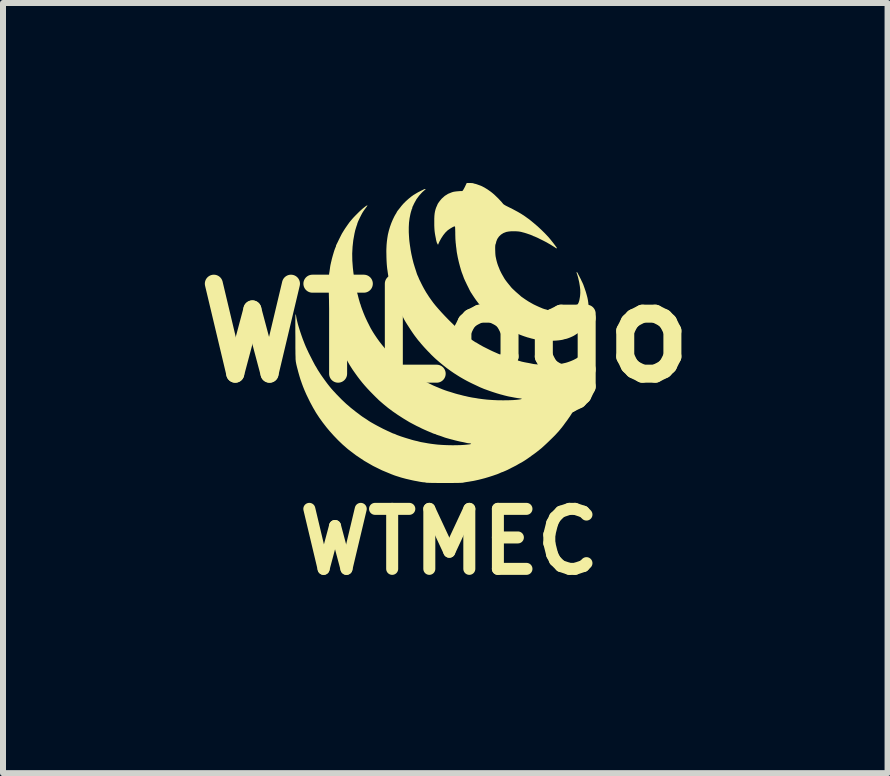
<source format=kicad_pcb>
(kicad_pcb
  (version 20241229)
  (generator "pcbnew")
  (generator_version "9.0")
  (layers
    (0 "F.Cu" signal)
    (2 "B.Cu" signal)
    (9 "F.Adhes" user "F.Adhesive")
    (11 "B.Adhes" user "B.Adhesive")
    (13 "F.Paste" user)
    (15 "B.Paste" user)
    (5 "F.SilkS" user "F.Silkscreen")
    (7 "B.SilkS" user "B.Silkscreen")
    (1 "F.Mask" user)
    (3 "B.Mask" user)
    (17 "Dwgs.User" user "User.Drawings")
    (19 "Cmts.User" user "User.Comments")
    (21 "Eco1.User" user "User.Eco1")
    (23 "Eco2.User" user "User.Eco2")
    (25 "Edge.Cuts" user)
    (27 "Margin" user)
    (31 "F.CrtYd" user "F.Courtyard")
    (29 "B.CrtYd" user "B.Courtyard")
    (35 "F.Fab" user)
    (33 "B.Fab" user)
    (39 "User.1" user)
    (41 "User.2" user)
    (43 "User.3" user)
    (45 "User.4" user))
  (footprint "WTLogo"
    (layer "F.Cu")
    (at 4.371 2.5)
    (property "Reference" "WTLogo" (at 0 0 0) (layer "F.SilkS") (effects (font (size 1.5 1.5) (thickness 0.3))))
    (attr board_only exclude_from_pos_files exclude_from_bom)
    (fp_poly (pts (xy 0.436 -2.499) (xy 0.454 -2.498) (xy 0.466 -2.496) (xy 0.469 -2.495) (xy 0.476 -2.491) (xy 0.49 -2.488) (xy 0.495 -2.487) (xy 0.511 -2.483) (xy 0.525 -2.479) (xy 0.527 -2.478) (xy 0.538 -2.474) (xy 0.554 -2.468) (xy 0.558 -2.467) (xy 0.602 -2.45) (xy 0.65 -2.426) (xy 0.701 -2.395) (xy 0.754 -2.358) (xy 0.776 -2.341) (xy 0.799 -2.322) (xy 0.827 -2.297) (xy 0.856 -2.269) (xy 0.885 -2.241) (xy 0.912 -2.212) (xy 0.936 -2.187) (xy 0.953 -2.166) (xy 0.956 -2.163) (xy 0.963 -2.154) (xy 0.972 -2.145) (xy 0.984 -2.137) (xy 1.002 -2.126) (xy 1.025 -2.114) (xy 1.057 -2.098) (xy 1.069 -2.092) (xy 1.105 -2.075) (xy 1.142 -2.055) (xy 1.179 -2.035) (xy 1.211 -2.018) (xy 1.228 -2.008) (xy 1.257 -1.991) (xy 1.278 -1.978) (xy 1.293 -1.968) (xy 1.305 -1.961) (xy 1.315 -1.954) (xy 1.325 -1.947) (xy 1.338 -1.938) (xy 1.344 -1.933) (xy 1.363 -1.92) (xy 1.379 -1.908) (xy 1.39 -1.901) (xy 1.391 -1.9) (xy 1.399 -1.894) (xy 1.414 -1.882) (xy 1.434 -1.866) (xy 1.458 -1.846) (xy 1.481 -1.827) (xy 1.542 -1.775) (xy 1.602 -1.719) (xy 1.66 -1.662) (xy 1.712 -1.607) (xy 1.723 -1.595) (xy 1.739 -1.576) (xy 1.757 -1.554) (xy 1.777 -1.529) (xy 1.798 -1.503) (xy 1.817 -1.478) (xy 1.834 -1.455) (xy 1.848 -1.436) (xy 1.858 -1.422) (xy 1.861 -1.415) (xy 1.861 -1.415) (xy 1.857 -1.411) (xy 1.848 -1.413) (xy 1.839 -1.418) (xy 1.829 -1.426) (xy 1.812 -1.437) (xy 1.789 -1.451) (xy 1.764 -1.467) (xy 1.737 -1.483) (xy 1.712 -1.497) (xy 1.692 -1.509) (xy 1.667 -1.522) (xy 1.638 -1.537) (xy 1.608 -1.552) (xy 1.577 -1.567) (xy 1.548 -1.582) (xy 1.522 -1.594) (xy 1.501 -1.603) (xy 1.487 -1.609) (xy 1.482 -1.611) (xy 1.471 -1.614) (xy 1.469 -1.616) (xy 1.459 -1.621) (xy 1.44 -1.629) (xy 1.415 -1.639) (xy 1.385 -1.649) (xy 1.353 -1.66) (xy 1.321 -1.67) (xy 1.29 -1.678) (xy 1.264 -1.685) (xy 1.26 -1.686) (xy 1.224 -1.692) (xy 1.182 -1.695) (xy 1.138 -1.696) (xy 1.094 -1.695) (xy 1.055 -1.691) (xy 1.022 -1.685) (xy 1.017 -1.684) (xy 0.97 -1.666) (xy 0.929 -1.64) (xy 0.895 -1.607) (xy 0.868 -1.568) (xy 0.851 -1.526) (xy 0.847 -1.508) (xy 0.843 -1.492) (xy 0.839 -1.481) (xy 0.838 -1.479) (xy 0.835 -1.47) (xy 0.833 -1.452) (xy 0.832 -1.427) (xy 0.832 -1.398) (xy 0.833 -1.366) (xy 0.834 -1.334) (xy 0.836 -1.305) (xy 0.839 -1.279) (xy 0.842 -1.264) (xy 0.851 -1.221) (xy 0.86 -1.186) (xy 0.869 -1.155) (xy 0.879 -1.126) (xy 0.886 -1.108) (xy 0.892 -1.094) (xy 0.9 -1.074) (xy 0.906 -1.058) (xy 0.914 -1.04) (xy 0.926 -1.015) (xy 0.941 -0.986) (xy 0.958 -0.956) (xy 0.974 -0.928) (xy 0.988 -0.904) (xy 0.989 -0.903) (xy 1.001 -0.885) (xy 1.018 -0.862) (xy 1.039 -0.835) (xy 1.061 -0.808) (xy 1.082 -0.782) (xy 1.1 -0.76) (xy 1.11 -0.749) (xy 1.127 -0.732) (xy 1.15 -0.711) (xy 1.175 -0.687) (xy 1.197 -0.668) (xy 1.219 -0.649) (xy 1.239 -0.632) (xy 1.254 -0.618) (xy 1.263 -0.61) (xy 1.264 -0.609) (xy 1.273 -0.602) (xy 1.289 -0.591) (xy 1.309 -0.577) (xy 1.332 -0.561) (xy 1.355 -0.546) (xy 1.375 -0.533) (xy 1.391 -0.523) (xy 1.397 -0.519) (xy 1.407 -0.514) (xy 1.424 -0.504) (xy 1.443 -0.493) (xy 1.447 -0.491) (xy 1.472 -0.477) (xy 1.501 -0.463) (xy 1.533 -0.448) (xy 1.566 -0.433) (xy 1.597 -0.42) (xy 1.625 -0.408) (xy 1.649 -0.4) (xy 1.665 -0.395) (xy 1.671 -0.394) (xy 1.682 -0.392) (xy 1.686 -0.39) (xy 1.694 -0.387) (xy 1.71 -0.382) (xy 1.73 -0.377) (xy 1.736 -0.376) (xy 1.761 -0.37) (xy 1.785 -0.364) (xy 1.804 -0.36) (xy 1.806 -0.359) (xy 1.823 -0.357) (xy 1.848 -0.355) (xy 1.878 -0.354) (xy 1.912 -0.353) (xy 1.947 -0.354) (xy 1.979 -0.355) (xy 2.008 -0.356) (xy 2.03 -0.359) (xy 2.042 -0.361) (xy 2.074 -0.372) (xy 2.099 -0.381) (xy 2.117 -0.389) (xy 2.132 -0.398) (xy 2.145 -0.408) (xy 2.16 -0.421) (xy 2.164 -0.425) (xy 2.189 -0.452) (xy 2.209 -0.48) (xy 2.224 -0.51) (xy 2.235 -0.546) (xy 2.243 -0.59) (xy 2.247 -0.616) (xy 2.251 -0.668) (xy 2.25 -0.722) (xy 2.243 -0.782) (xy 2.232 -0.848) (xy 2.215 -0.921) (xy 2.212 -0.933) (xy 2.205 -0.955) (xy 2.2 -0.974) (xy 2.195 -0.987) (xy 2.194 -0.989) (xy 2.19 -1.002) (xy 2.19 -1.013) (xy 2.194 -1.017) (xy 2.198 -1.012) (xy 2.206 -0.999) (xy 2.216 -0.979) (xy 2.229 -0.955) (xy 2.243 -0.927) (xy 2.258 -0.899) (xy 2.271 -0.87) (xy 2.284 -0.844) (xy 2.294 -0.822) (xy 2.301 -0.806) (xy 2.302 -0.803) (xy 2.325 -0.738) (xy 2.344 -0.682) (xy 2.358 -0.632) (xy 2.37 -0.587) (xy 2.378 -0.545) (xy 2.384 -0.504) (xy 2.388 -0.463) (xy 2.389 -0.419) (xy 2.389 -0.4) (xy 2.389 -0.345) (xy 2.385 -0.297) (xy 2.378 -0.255) (xy 2.367 -0.214) (xy 2.352 -0.173) (xy 2.341 -0.147) (xy 2.329 -0.126) (xy 2.313 -0.101) (xy 2.294 -0.076) (xy 2.274 -0.051) (xy 2.255 -0.03) (xy 2.238 -0.015) (xy 2.231 -0.01) (xy 2.219 -0.003) (xy 2.203 0.008) (xy 2.188 0.017) (xy 2.167 0.031) (xy 2.146 0.044) (xy 2.133 0.051) (xy 2.116 0.059) (xy 2.094 0.069) (xy 2.07 0.079) (xy 2.046 0.088) (xy 2.025 0.095) (xy 2.009 0.099) (xy 2.004 0.1) (xy 1.992 0.102) (xy 1.982 0.105) (xy 1.959 0.112) (xy 1.926 0.118) (xy 1.886 0.123) (xy 1.841 0.127) (xy 1.794 0.129) (xy 1.745 0.13) (xy 1.698 0.129) (xy 1.664 0.128) (xy 1.606 0.122) (xy 1.545 0.114) (xy 1.485 0.103) (xy 1.431 0.09) (xy 1.417 0.086) (xy 1.396 0.08) (xy 1.378 0.075) (xy 1.369 0.073) (xy 1.349 0.066) (xy 1.321 0.057) (xy 1.29 0.046) (xy 1.258 0.034) (xy 1.231 0.023) (xy 1.204 0.011) (xy 1.174 -0.002) (xy 1.143 -0.017) (xy 1.112 -0.032) (xy 1.084 -0.046) (xy 1.061 -0.058) (xy 1.045 -0.067) (xy 1.042 -0.069) (xy 1.028 -0.079) (xy 1.016 -0.086) (xy 1.016 -0.086) (xy 1.006 -0.092) (xy 0.991 -0.101) (xy 0.974 -0.11) (xy 0.945 -0.129) (xy 0.91 -0.153) (xy 0.871 -0.182) (xy 0.831 -0.214) (xy 0.792 -0.246) (xy 0.755 -0.278) (xy 0.733 -0.298) (xy 0.717 -0.313) (xy 0.701 -0.328) (xy 0.697 -0.332) (xy 0.664 -0.364) (xy 0.628 -0.404) (xy 0.59 -0.449) (xy 0.551 -0.498) (xy 0.514 -0.547) (xy 0.48 -0.596) (xy 0.451 -0.64) (xy 0.441 -0.656) (xy 0.433 -0.668) (xy 0.429 -0.673) (xy 0.424 -0.682) (xy 0.415 -0.698) (xy 0.403 -0.721) (xy 0.39 -0.748) (xy 0.375 -0.778) (xy 0.359 -0.81) (xy 0.345 -0.84) (xy 0.332 -0.867) (xy 0.321 -0.891) (xy 0.314 -0.907) (xy 0.312 -0.911) (xy 0.297 -0.953) (xy 0.285 -0.985) (xy 0.275 -1.011) (xy 0.268 -1.032) (xy 0.263 -1.049) (xy 0.258 -1.064) (xy 0.253 -1.084) (xy 0.247 -1.102) (xy 0.245 -1.111) (xy 0.242 -1.122) (xy 0.237 -1.141) (xy 0.23 -1.167) (xy 0.223 -1.196) (xy 0.216 -1.227) (xy 0.209 -1.258) (xy 0.205 -1.279) (xy 0.192 -1.349) (xy 0.184 -1.417) (xy 0.18 -1.445) (xy 0.177 -1.479) (xy 0.173 -1.511) (xy 0.173 -1.517) (xy 0.171 -1.54) (xy 0.169 -1.572) (xy 0.168 -1.608) (xy 0.167 -1.646) (xy 0.167 -1.671) (xy 0.166 -1.713) (xy 0.165 -1.744) (xy 0.164 -1.765) (xy 0.161 -1.775) (xy 0.161 -1.775) (xy 0.155 -1.777) (xy 0.147 -1.775) (xy 0.135 -1.77) (xy 0.117 -1.761) (xy 0.092 -1.746) (xy 0.079 -1.738) (xy 0.04 -1.711) (xy 0.002 -1.674) (xy -0.034 -1.629) (xy -0.068 -1.577) (xy -0.098 -1.522) (xy -0.115 -1.484) (xy -0.12 -1.47) (xy -0.13 -1.485) (xy -0.139 -1.503) (xy -0.147 -1.528) (xy -0.155 -1.562) (xy -0.155 -1.567) (xy -0.159 -1.587) (xy -0.164 -1.612) (xy -0.166 -1.622) (xy -0.173 -1.663) (xy -0.178 -1.703) (xy -0.181 -1.745) (xy -0.183 -1.792) (xy -0.183 -1.847) (xy -0.183 -1.849) (xy -0.183 -1.905) (xy -0.181 -1.951) (xy -0.177 -1.991) (xy -0.171 -2.026) (xy -0.163 -2.057) (xy -0.153 -2.088) (xy -0.141 -2.115) (xy -0.134 -2.131) (xy -0.129 -2.143) (xy -0.128 -2.146) (xy -0.124 -2.154) (xy -0.115 -2.168) (xy -0.102 -2.186) (xy -0.087 -2.206) (xy -0.071 -2.225) (xy -0.056 -2.242) (xy -0.055 -2.243) (xy -0.008 -2.285) (xy 0.046 -2.319) (xy 0.108 -2.344) (xy 0.133 -2.352) (xy 0.155 -2.356) (xy 0.185 -2.36) (xy 0.22 -2.363) (xy 0.258 -2.366) (xy 0.281 -2.366) (xy 0.287 -2.369) (xy 0.294 -2.376) (xy 0.302 -2.389) (xy 0.314 -2.41) (xy 0.326 -2.433) (xy 0.358 -2.5) (xy 0.412 -2.5)) (stroke (width 0) (type solid)) (fill yes) (layer "F.SilkS"))
    (fp_poly (pts (xy -0.331 -2.399) (xy -0.328 -2.394) (xy -0.332 -2.389) (xy -0.333 -2.389) (xy -0.339 -2.385) (xy -0.351 -2.375) (xy -0.367 -2.361) (xy -0.386 -2.344) (xy -0.435 -2.29) (xy -0.48 -2.229) (xy -0.517 -2.162) (xy -0.519 -2.158) (xy -0.529 -2.137) (xy -0.537 -2.119) (xy -0.544 -2.107) (xy -0.545 -2.104) (xy -0.549 -2.091) (xy -0.55 -2.085) (xy -0.552 -2.073) (xy -0.555 -2.069) (xy -0.559 -2.061) (xy -0.564 -2.043) (xy -0.572 -2.018) (xy -0.58 -1.986) (xy -0.583 -1.972) (xy -0.595 -1.91) (xy -0.604 -1.84) (xy -0.608 -1.762) (xy -0.608 -1.68) (xy -0.605 -1.625) (xy -0.603 -1.593) (xy -0.601 -1.563) (xy -0.598 -1.533) (xy -0.594 -1.501) (xy -0.589 -1.463) (xy -0.582 -1.418) (xy -0.578 -1.389) (xy -0.565 -1.318) (xy -0.548 -1.241) (xy -0.529 -1.165) (xy -0.507 -1.093) (xy -0.494 -1.053) (xy -0.487 -1.032) (xy -0.481 -1.013) (xy -0.478 -1.003) (xy -0.473 -0.988) (xy -0.466 -0.969) (xy -0.461 -0.958) (xy -0.453 -0.941) (xy -0.446 -0.925) (xy -0.444 -0.919) (xy -0.433 -0.893) (xy -0.416 -0.859) (xy -0.397 -0.82) (xy -0.376 -0.779) (xy -0.354 -0.738) (xy -0.332 -0.7) (xy -0.312 -0.666) (xy -0.308 -0.661) (xy -0.273 -0.606) (xy -0.237 -0.555) (xy -0.2 -0.504) (xy -0.159 -0.453) (xy -0.114 -0.401) (xy -0.064 -0.345) (xy -0.008 -0.285) (xy 0.056 -0.219) (xy 0.058 -0.217) (xy 0.129 -0.147) (xy 0.195 -0.084) (xy 0.255 -0.03) (xy 0.311 0.018) (xy 0.353 0.05) (xy 0.369 0.063) (xy 0.39 0.078) (xy 0.414 0.094) (xy 0.438 0.111) (xy 0.461 0.126) (xy 0.482 0.14) (xy 0.497 0.15) (xy 0.506 0.155) (xy 0.508 0.156) (xy 0.514 0.158) (xy 0.526 0.165) (xy 0.54 0.174) (xy 0.557 0.184) (xy 0.571 0.193) (xy 0.578 0.196) (xy 0.588 0.202) (xy 0.602 0.21) (xy 0.603 0.21) (xy 0.628 0.225) (xy 0.662 0.242) (xy 0.702 0.262) (xy 0.746 0.284) (xy 0.792 0.306) (xy 0.84 0.327) (xy 0.885 0.347) (xy 0.906 0.355) (xy 0.954 0.375) (xy 1.009 0.395) (xy 1.069 0.416) (xy 1.129 0.435) (xy 1.187 0.452) (xy 1.208 0.458) (xy 1.229 0.464) (xy 1.246 0.469) (xy 1.256 0.472) (xy 1.269 0.476) (xy 1.29 0.481) (xy 1.318 0.487) (xy 1.349 0.493) (xy 1.382 0.499) (xy 1.389 0.5) (xy 1.413 0.505) (xy 1.437 0.51) (xy 1.447 0.512) (xy 1.478 0.518) (xy 1.518 0.522) (xy 1.564 0.526) (xy 1.614 0.529) (xy 1.666 0.531) (xy 1.717 0.532) (xy 1.765 0.532) (xy 1.807 0.53) (xy 1.836 0.528) (xy 1.865 0.525) (xy 1.89 0.521) (xy 1.914 0.518) (xy 1.938 0.513) (xy 1.968 0.506) (xy 2.004 0.498) (xy 2.015 0.495) (xy 2.038 0.488) (xy 2.067 0.478) (xy 2.099 0.466) (xy 2.131 0.452) (xy 2.14 0.448) (xy 2.184 0.425) (xy 2.23 0.395) (xy 2.274 0.362) (xy 2.315 0.327) (xy 2.348 0.293) (xy 2.351 0.289) (xy 2.381 0.249) (xy 2.41 0.205) (xy 2.436 0.159) (xy 2.453 0.125) (xy 2.464 0.101) (xy 2.472 0.086) (xy 2.478 0.082) (xy 2.482 0.087) (xy 2.485 0.102) (xy 2.487 0.128) (xy 2.488 0.156) (xy 2.488 0.215) (xy 2.484 0.276) (xy 2.477 0.339) (xy 2.466 0.407) (xy 2.453 0.475) (xy 2.447 0.504) (xy 2.441 0.532) (xy 2.436 0.555) (xy 2.433 0.57) (xy 2.433 0.571) (xy 2.429 0.588) (xy 2.424 0.603) (xy 2.422 0.605) (xy 2.418 0.619) (xy 2.417 0.63) (xy 2.415 0.647) (xy 2.411 0.657) (xy 2.407 0.669) (xy 2.401 0.687) (xy 2.397 0.703) (xy 2.392 0.721) (xy 2.384 0.745) (xy 2.375 0.774) (xy 2.366 0.803) (xy 2.356 0.831) (xy 2.348 0.855) (xy 2.342 0.873) (xy 2.339 0.881) (xy 2.335 0.89) (xy 2.328 0.907) (xy 2.319 0.93) (xy 2.311 0.95) (xy 2.279 1.023) (xy 2.243 1.1) (xy 2.203 1.178) (xy 2.161 1.254) (xy 2.119 1.325) (xy 2.079 1.388) (xy 2.075 1.394) (xy 2.062 1.412) (xy 2.046 1.435) (xy 2.028 1.461) (xy 2.008 1.487) (xy 1.989 1.513) (xy 1.972 1.537) (xy 1.957 1.556) (xy 1.947 1.57) (xy 1.942 1.576) (xy 1.936 1.583) (xy 1.925 1.596) (xy 1.912 1.613) (xy 1.908 1.617) (xy 1.889 1.64) (xy 1.863 1.668) (xy 1.832 1.702) (xy 1.796 1.738) (xy 1.758 1.775) (xy 1.719 1.813) (xy 1.68 1.85) (xy 1.643 1.884) (xy 1.609 1.915) (xy 1.58 1.939) (xy 1.572 1.945) (xy 1.532 1.977) (xy 1.49 2.009) (xy 1.446 2.04) (xy 1.404 2.071) (xy 1.364 2.099) (xy 1.328 2.123) (xy 1.296 2.143) (xy 1.271 2.158) (xy 1.261 2.163) (xy 1.252 2.168) (xy 1.237 2.176) (xy 1.219 2.186) (xy 1.199 2.198) (xy 1.174 2.212) (xy 1.146 2.226) (xy 1.133 2.233) (xy 1.11 2.244) (xy 1.09 2.255) (xy 1.075 2.262) (xy 1.069 2.266) (xy 1.058 2.271) (xy 1.041 2.28) (xy 1.021 2.289) (xy 0.999 2.299) (xy 0.979 2.307) (xy 0.964 2.314) (xy 0.956 2.317) (xy 0.955 2.317) (xy 0.948 2.319) (xy 0.934 2.324) (xy 0.921 2.33) (xy 0.899 2.34) (xy 0.88 2.348) (xy 0.862 2.355) (xy 0.841 2.362) (xy 0.815 2.371) (xy 0.795 2.378) (xy 0.723 2.401) (xy 0.659 2.42) (xy 0.602 2.435) (xy 0.55 2.448) (xy 0.531 2.452) (xy 0.495 2.46) (xy 0.466 2.466) (xy 0.441 2.47) (xy 0.417 2.474) (xy 0.39 2.479) (xy 0.375 2.481) (xy 0.348 2.485) (xy 0.324 2.489) (xy 0.305 2.493) (xy 0.297 2.495) (xy 0.288 2.496) (xy 0.269 2.497) (xy 0.242 2.498) (xy 0.208 2.499) (xy 0.168 2.499) (xy 0.123 2.5) (xy 0.076 2.5) (xy 0.025 2.5) (xy -0.026 2.5) (xy -0.076 2.5) (xy -0.126 2.5) (xy -0.172 2.499) (xy -0.215 2.499) (xy -0.252 2.498) (xy -0.283 2.497) (xy -0.306 2.496) (xy -0.321 2.495) (xy -0.325 2.494) (xy -0.332 2.491) (xy -0.346 2.489) (xy -0.349 2.489) (xy -0.368 2.488) (xy -0.396 2.484) (xy -0.432 2.478) (xy -0.472 2.47) (xy -0.517 2.462) (xy -0.563 2.452) (xy -0.61 2.441) (xy -0.654 2.431) (xy -0.695 2.42) (xy -0.732 2.41) (xy -0.742 2.407) (xy -0.764 2.4) (xy -0.789 2.392) (xy -0.815 2.384) (xy -0.839 2.376) (xy -0.856 2.37) (xy -0.864 2.367) (xy -0.876 2.362) (xy -0.893 2.356) (xy -0.897 2.354) (xy -1.054 2.289) (xy -1.204 2.215) (xy -1.348 2.132) (xy -1.486 2.04) (xy -1.619 1.939) (xy -1.64 1.921) (xy -1.712 1.858) (xy -1.786 1.787) (xy -1.859 1.711) (xy -1.928 1.634) (xy -1.975 1.578) (xy -2.041 1.493) (xy -2.1 1.411) (xy -2.154 1.329) (xy -2.204 1.243) (xy -2.253 1.152) (xy -2.28 1.097) (xy -2.315 1.025) (xy -2.344 0.959) (xy -2.37 0.895) (xy -2.394 0.83) (xy -2.397 0.819) (xy -2.404 0.801) (xy -2.409 0.786) (xy -2.411 0.781) (xy -2.415 0.769) (xy -2.421 0.749) (xy -2.429 0.723) (xy -2.437 0.695) (xy -2.445 0.667) (xy -2.452 0.641) (xy -2.453 0.639) (xy -2.458 0.617) (xy -2.464 0.596) (xy -2.467 0.583) (xy -2.471 0.569) (xy -2.476 0.548) (xy -2.482 0.523) (xy -2.485 0.508) (xy -2.487 0.497) (xy -2.489 0.486) (xy -2.491 0.475) (xy -2.492 0.462) (xy -2.494 0.447) (xy -2.495 0.428) (xy -2.495 0.405) (xy -2.496 0.378) (xy -2.497 0.344) (xy -2.497 0.304) (xy -2.498 0.255) (xy -2.498 0.199) (xy -2.498 0.133) (xy -2.498 0.067) (xy -2.499 -0.014) (xy -2.499 -0.084) (xy -2.499 -0.144) (xy -2.499 -0.194) (xy -2.498 -0.235) (xy -2.498 -0.266) (xy -2.497 -0.289) (xy -2.496 -0.305) (xy -2.495 -0.312) (xy -2.494 -0.313) (xy -2.49 -0.305) (xy -2.486 -0.289) (xy -2.484 -0.271) (xy -2.477 -0.235) (xy -2.467 -0.191) (xy -2.454 -0.139) (xy -2.437 -0.083) (xy -2.418 -0.023) (xy -2.397 0.039) (xy -2.375 0.101) (xy -2.351 0.162) (xy -2.351 0.162) (xy -2.342 0.186) (xy -2.333 0.207) (xy -2.323 0.231) (xy -2.31 0.259) (xy -2.302 0.278) (xy -2.293 0.295) (xy -2.282 0.32) (xy -2.268 0.348) (xy -2.252 0.38) (xy -2.235 0.413) (xy -2.218 0.447) (xy -2.202 0.478) (xy -2.187 0.506) (xy -2.175 0.529) (xy -2.166 0.545) (xy -2.161 0.553) (xy -2.161 0.553) (xy -2.156 0.56) (xy -2.148 0.574) (xy -2.141 0.586) (xy -2.124 0.616) (xy -2.1 0.653) (xy -2.073 0.695) (xy -2.042 0.739) (xy -2.009 0.785) (xy -1.976 0.83) (xy -1.96 0.851) (xy -1.942 0.874) (xy -1.926 0.894) (xy -1.912 0.911) (xy -1.898 0.928) (xy -1.883 0.945) (xy -1.864 0.966) (xy -1.841 0.99) (xy -1.813 1.021) (xy -1.801 1.033) (xy -1.727 1.109) (xy -1.653 1.179) (xy -1.574 1.247) (xy -1.488 1.315) (xy -1.464 1.333) (xy -1.437 1.353) (xy -1.418 1.368) (xy -1.403 1.379) (xy -1.392 1.387) (xy -1.382 1.394) (xy -1.372 1.401) (xy -1.359 1.409) (xy -1.344 1.419) (xy -1.322 1.433) (xy -1.301 1.447) (xy -1.284 1.459) (xy -1.281 1.461) (xy -1.253 1.479) (xy -1.217 1.5) (xy -1.176 1.523) (xy -1.13 1.548) (xy -1.084 1.572) (xy -1.038 1.596) (xy -0.994 1.617) (xy -0.956 1.635) (xy -0.942 1.641) (xy -0.927 1.648) (xy -0.908 1.657) (xy -0.895 1.663) (xy -0.878 1.671) (xy -0.865 1.676) (xy -0.859 1.678) (xy -0.85 1.68) (xy -0.836 1.686) (xy -0.83 1.688) (xy -0.807 1.699) (xy -0.774 1.711) (xy -0.735 1.725) (xy -0.689 1.74) (xy -0.641 1.755) (xy -0.614 1.763) (xy -0.59 1.77) (xy -0.568 1.777) (xy -0.552 1.782) (xy -0.547 1.783) (xy -0.533 1.787) (xy -0.513 1.792) (xy -0.492 1.797) (xy -0.468 1.802) (xy -0.446 1.808) (xy -0.431 1.812) (xy -0.406 1.818) (xy -0.372 1.824) (xy -0.332 1.831) (xy -0.288 1.839) (xy -0.242 1.846) (xy -0.197 1.852) (xy -0.155 1.857) (xy -0.119 1.861) (xy -0.114 1.861) (xy -0.06 1.865) (xy -0.000338 1.868) (xy 0.063 1.87) (xy 0.127 1.871) (xy 0.189 1.87) (xy 0.247 1.869) (xy 0.298 1.866) (xy 0.317 1.865) (xy 0.357 1.861) (xy 0.388 1.858) (xy 0.41 1.855) (xy 0.423 1.852) (xy 0.43 1.849) (xy 0.43 1.846) (xy 0.427 1.844) (xy 0.416 1.84) (xy 0.403 1.839) (xy 0.389 1.838) (xy 0.368 1.835) (xy 0.35 1.831) (xy 0.324 1.825) (xy 0.297 1.819) (xy 0.281 1.816) (xy 0.245 1.809) (xy 0.202 1.799) (xy 0.157 1.788) (xy 0.113 1.776) (xy 0.108 1.775) (xy 0.067 1.764) (xy 0.035 1.755) (xy 0.01 1.748) (xy -0.009 1.742) (xy -0.023 1.737) (xy -0.033 1.733) (xy -0.042 1.73) (xy -0.055 1.725) (xy -0.075 1.718) (xy -0.098 1.71) (xy -0.106 1.708) (xy -0.127 1.701) (xy -0.145 1.695) (xy -0.156 1.69) (xy -0.158 1.688) (xy -0.168 1.684) (xy -0.173 1.683) (xy -0.183 1.681) (xy -0.2 1.675) (xy -0.212 1.67) (xy -0.231 1.661) (xy -0.256 1.651) (xy -0.282 1.64) (xy -0.292 1.636) (xy -0.319 1.624) (xy -0.353 1.609) (xy -0.392 1.591) (xy -0.433 1.57) (xy -0.476 1.55) (xy -0.516 1.529) (xy -0.552 1.51) (xy -0.582 1.494) (xy -0.597 1.486) (xy -0.701 1.423) (xy -0.794 1.363) (xy -0.878 1.305) (xy -0.953 1.249) (xy -1.019 1.195) (xy -1.054 1.165) (xy -1.083 1.14) (xy -1.108 1.118) (xy -1.131 1.095) (xy -1.156 1.071) (xy -1.184 1.043) (xy -1.196 1.031) (xy -1.251 0.975) (xy -1.299 0.924) (xy -1.342 0.876) (xy -1.382 0.829) (xy -1.421 0.78) (xy -1.46 0.729) (xy -1.501 0.672) (xy -1.542 0.614) (xy -1.567 0.575) (xy -1.596 0.529) (xy -1.625 0.478) (xy -1.655 0.425) (xy -1.683 0.372) (xy -1.707 0.323) (xy -1.728 0.279) (xy -1.733 0.267) (xy -1.742 0.245) (xy -1.751 0.224) (xy -1.756 0.214) (xy -1.769 0.182) (xy -1.784 0.143) (xy -1.799 0.104) (xy -1.807 0.081) (xy -1.815 0.058) (xy -1.822 0.037) (xy -1.827 0.022) (xy -1.834 0.002) (xy -1.842 -0.027) (xy -1.852 -0.062) (xy -1.862 -0.1) (xy -1.872 -0.139) (xy -1.881 -0.176) (xy -1.888 -0.208) (xy -1.894 -0.234) (xy -1.895 -0.239) (xy -1.902 -0.279) (xy -1.908 -0.312) (xy -1.912 -0.341) (xy -1.916 -0.367) (xy -1.92 -0.395) (xy -1.924 -0.426) (xy -1.929 -0.463) (xy -1.934 -0.508) (xy -1.936 -0.531) (xy -1.938 -0.561) (xy -1.939 -0.599) (xy -1.94 -0.642) (xy -1.941 -0.689) (xy -1.941 -0.738) (xy -1.941 -0.788) (xy -1.94 -0.836) (xy -1.94 -0.881) (xy -1.939 -0.921) (xy -1.937 -0.955) (xy -1.936 -0.981) (xy -1.934 -0.997) (xy -1.929 -1.025) (xy -1.925 -1.055) (xy -1.922 -1.075) (xy -1.919 -1.099) (xy -1.915 -1.123) (xy -1.912 -1.139) (xy -1.907 -1.16) (xy -1.902 -1.184) (xy -1.899 -1.194) (xy -1.889 -1.238) (xy -1.874 -1.292) (xy -1.855 -1.356) (xy -1.849 -1.375) (xy -1.841 -1.397) (xy -1.834 -1.416) (xy -1.829 -1.428) (xy -1.827 -1.43) (xy -1.823 -1.44) (xy -1.822 -1.446) (xy -1.82 -1.459) (xy -1.817 -1.465) (xy -1.813 -1.474) (xy -1.805 -1.49) (xy -1.794 -1.512) (xy -1.781 -1.539) (xy -1.773 -1.556) (xy -1.753 -1.596) (xy -1.737 -1.628) (xy -1.722 -1.657) (xy -1.706 -1.683) (xy -1.689 -1.711) (xy -1.669 -1.742) (xy -1.654 -1.764) (xy -1.624 -1.807) (xy -1.596 -1.846) (xy -1.567 -1.881) (xy -1.536 -1.917) (xy -1.5 -1.955) (xy -1.469 -1.986) (xy -1.438 -2.017) (xy -1.407 -2.046) (xy -1.378 -2.072) (xy -1.352 -2.093) (xy -1.329 -2.111) (xy -1.312 -2.122) (xy -1.301 -2.127) (xy -1.297 -2.127) (xy -1.299 -2.121) (xy -1.306 -2.11) (xy -1.318 -2.094) (xy -1.32 -2.091) (xy -1.343 -2.06) (xy -1.364 -2.03) (xy -1.384 -1.998) (xy -1.403 -1.962) (xy -1.424 -1.92) (xy -1.448 -1.869) (xy -1.45 -1.865) (xy -1.458 -1.845) (xy -1.464 -1.829) (xy -1.467 -1.82) (xy -1.467 -1.819) (xy -1.469 -1.809) (xy -1.474 -1.795) (xy -1.475 -1.793) (xy -1.482 -1.772) (xy -1.491 -1.743) (xy -1.501 -1.71) (xy -1.509 -1.674) (xy -1.513 -1.656) (xy -1.533 -1.545) (xy -1.545 -1.435) (xy -1.551 -1.323) (xy -1.549 -1.207) (xy -1.54 -1.087) (xy -1.53 -1) (xy -1.525 -0.963) (xy -1.521 -0.931) (xy -1.516 -0.903) (xy -1.512 -0.876) (xy -1.506 -0.846) (xy -1.5 -0.812) (xy -1.491 -0.77) (xy -1.489 -0.758) (xy -1.483 -0.734) (xy -1.476 -0.704) (xy -1.468 -0.669) (xy -1.458 -0.633) (xy -1.449 -0.597) (xy -1.44 -0.562) (xy -1.431 -0.532) (xy -1.424 -0.507) (xy -1.419 -0.491) (xy -1.417 -0.486) (xy -1.411 -0.471) (xy -1.409 -0.464) (xy -1.405 -0.449) (xy -1.397 -0.426) (xy -1.387 -0.398) (xy -1.375 -0.367) (xy -1.363 -0.335) (xy -1.351 -0.306) (xy -1.347 -0.297) (xy -1.341 -0.281) (xy -1.334 -0.267) (xy -1.328 -0.252) (xy -1.32 -0.235) (xy -1.309 -0.212) (xy -1.295 -0.182) (xy -1.291 -0.175) (xy -1.273 -0.139) (xy -1.257 -0.107) (xy -1.242 -0.078) (xy -1.225 -0.049) (xy -1.206 -0.017) (xy -1.182 0.021) (xy -1.174 0.033) (xy -1.139 0.085) (xy -1.098 0.142) (xy -1.051 0.202) (xy -1.002 0.261) (xy -0.951 0.319) (xy -0.901 0.373) (xy -0.855 0.42) (xy -0.793 0.477) (xy -0.723 0.537) (xy -0.645 0.6) (xy -0.558 0.666) (xy -0.514 0.699) (xy -0.506 0.704) (xy -0.494 0.714) (xy -0.488 0.718) (xy -0.475 0.727) (xy -0.466 0.733) (xy -0.465 0.733) (xy -0.459 0.736) (xy -0.446 0.743) (xy -0.428 0.754) (xy -0.416 0.762) (xy -0.381 0.783) (xy -0.339 0.806) (xy -0.293 0.83) (xy -0.245 0.853) (xy -0.2 0.875) (xy -0.16 0.892) (xy -0.156 0.894) (xy -0.119 0.909) (xy -0.091 0.921) (xy -0.07 0.929) (xy -0.055 0.936) (xy -0.047 0.939) (xy -0.031 0.945) (xy -0.009 0.953) (xy 0.014 0.961) (xy 0.035 0.968) (xy 0.047 0.972) (xy 0.061 0.976) (xy 0.081 0.982) (xy 0.1 0.988) (xy 0.167 1.009) (xy 0.214 1.022) (xy 0.233 1.026) (xy 0.255 1.032) (xy 0.267 1.035) (xy 0.289 1.041) (xy 0.313 1.047) (xy 0.322 1.049) (xy 0.342 1.053) (xy 0.366 1.059) (xy 0.383 1.063) (xy 0.408 1.068) (xy 0.438 1.074) (xy 0.461 1.078) (xy 0.489 1.082) (xy 0.52 1.087) (xy 0.547 1.092) (xy 0.62 1.102) (xy 0.701 1.111) (xy 0.787 1.117) (xy 0.876 1.121) (xy 0.966 1.122) (xy 1.053 1.121) (xy 1.134 1.118) (xy 1.184 1.114) (xy 1.221 1.11) (xy 1.248 1.106) (xy 1.266 1.102) (xy 1.275 1.099) (xy 1.273 1.095) (xy 1.261 1.092) (xy 1.242 1.09) (xy 1.221 1.087) (xy 1.219 1.087) (xy 1.204 1.085) (xy 1.181 1.081) (xy 1.156 1.077) (xy 1.147 1.075) (xy 1.121 1.07) (xy 1.096 1.065) (xy 1.077 1.062) (xy 1.072 1.061) (xy 1.047 1.056) (xy 1.014 1.048) (xy 0.978 1.039) (xy 0.961 1.034) (xy 0.919 1.023) (xy 0.885 1.013) (xy 0.855 1.004) (xy 0.827 0.995) (xy 0.796 0.985) (xy 0.775 0.978) (xy 0.726 0.961) (xy 0.685 0.946) (xy 0.648 0.933) (xy 0.615 0.919) (xy 0.581 0.905) (xy 0.545 0.888) (xy 0.503 0.868) (xy 0.458 0.847) (xy 0.405 0.821) (xy 0.36 0.798) (xy 0.32 0.776) (xy 0.283 0.755) (xy 0.245 0.733) (xy 0.205 0.708) (xy 0.16 0.679) (xy 0.15 0.673) (xy 0.093 0.634) (xy 0.031 0.589) (xy -0.033 0.539) (xy -0.096 0.487) (xy -0.155 0.436) (xy -0.18 0.413) (xy -0.204 0.39) (xy -0.232 0.363) (xy -0.261 0.332) (xy -0.292 0.301) (xy -0.322 0.269) (xy -0.349 0.24) (xy -0.373 0.213) (xy -0.391 0.192) (xy -0.401 0.181) (xy -0.412 0.167) (xy -0.426 0.15) (xy -0.436 0.139) (xy -0.457 0.114) (xy -0.482 0.081) (xy -0.511 0.043) (xy -0.542 -0.001) (xy -0.573 -0.047) (xy -0.604 -0.095) (xy -0.634 -0.141) (xy -0.662 -0.186) (xy -0.683 -0.222) (xy -0.692 -0.24) (xy -0.705 -0.265) (xy -0.721 -0.296) (xy -0.738 -0.329) (xy -0.755 -0.364) (xy -0.772 -0.398) (xy -0.786 -0.428) (xy -0.794 -0.444) (xy -0.803 -0.467) (xy -0.816 -0.497) (xy -0.829 -0.532) (xy -0.843 -0.568) (xy -0.855 -0.603) (xy -0.866 -0.634) (xy -0.87 -0.644) (xy -0.876 -0.663) (xy -0.881 -0.679) (xy -0.883 -0.686) (xy -0.887 -0.697) (xy -0.892 -0.715) (xy -0.897 -0.733) (xy -0.904 -0.757) (xy -0.91 -0.78) (xy -0.914 -0.794) (xy -0.92 -0.815) (xy -0.926 -0.839) (xy -0.928 -0.85) (xy -0.933 -0.874) (xy -0.939 -0.9) (xy -0.942 -0.914) (xy -0.947 -0.938) (xy -0.952 -0.966) (xy -0.955 -0.986) (xy -0.959 -1.013) (xy -0.963 -1.043) (xy -0.967 -1.067) (xy -0.971 -1.104) (xy -0.975 -1.15) (xy -0.978 -1.201) (xy -0.98 -1.256) (xy -0.981 -1.311) (xy -0.982 -1.365) (xy -0.981 -1.406) (xy -0.978 -1.468) (xy -0.973 -1.524) (xy -0.966 -1.578) (xy -0.957 -1.634) (xy -0.955 -1.644) (xy -0.94 -1.706) (xy -0.921 -1.77) (xy -0.898 -1.834) (xy -0.872 -1.895) (xy -0.845 -1.95) (xy -0.827 -1.981) (xy -0.816 -1.998) (xy -0.809 -2.012) (xy -0.806 -2.019) (xy -0.806 -2.019) (xy -0.802 -2.025) (xy -0.794 -2.037) (xy -0.782 -2.052) (xy -0.782 -2.052) (xy -0.766 -2.072) (xy -0.747 -2.096) (xy -0.731 -2.117) (xy -0.697 -2.156) (xy -0.656 -2.197) (xy -0.611 -2.237) (xy -0.566 -2.274) (xy -0.522 -2.305) (xy -0.514 -2.309) (xy -0.483 -2.328) (xy -0.45 -2.347) (xy -0.418 -2.363) (xy -0.397 -2.374) (xy -0.378 -2.383) (xy -0.363 -2.391) (xy -0.354 -2.395) (xy -0.341 -2.399)) (stroke (width 0) (type solid)) (fill yes) (layer "F.SilkS"))
    (fp_text user "WTMEC" (at -2.54 4.064 0) (unlocked yes) (layer "F.SilkS") (effects (font (size 1 1) (thickness 0.2) (bold yes)) (justify left bottom))))
  (gr_rect
    (start -3 -3)
    (end 11.743 9.836)
    (stroke (width 0.1) (type default))
    (fill no)
    (layer "Edge.Cuts")))
</source>
